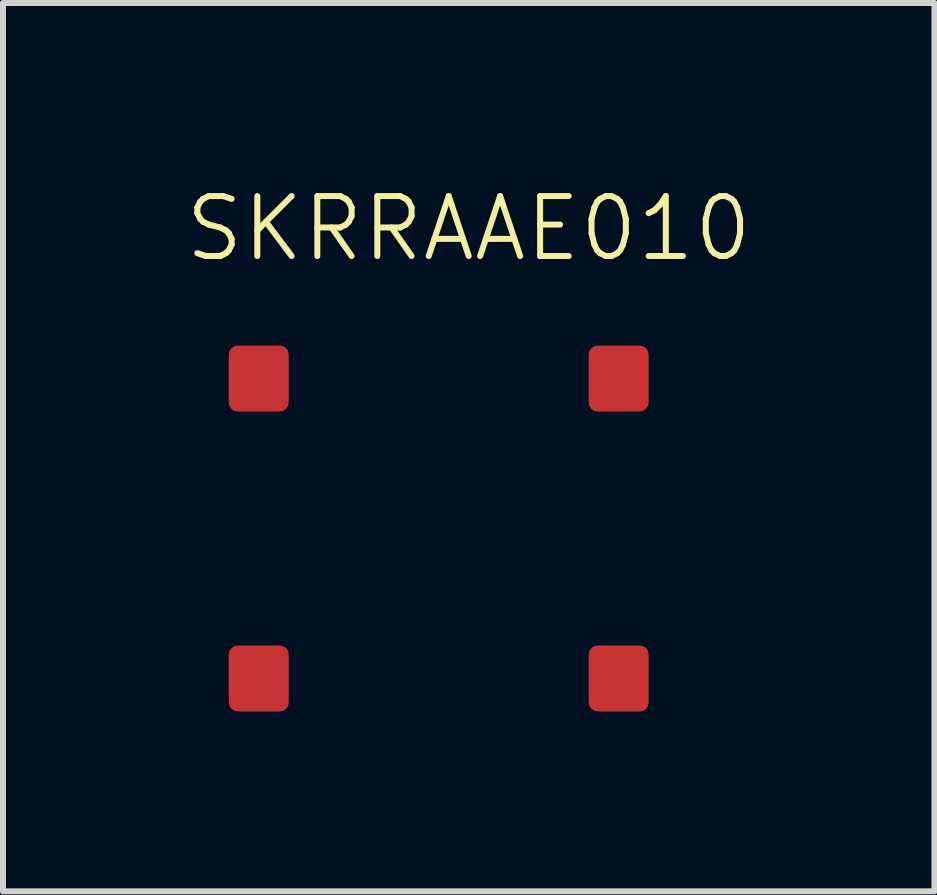
<source format=kicad_pcb>
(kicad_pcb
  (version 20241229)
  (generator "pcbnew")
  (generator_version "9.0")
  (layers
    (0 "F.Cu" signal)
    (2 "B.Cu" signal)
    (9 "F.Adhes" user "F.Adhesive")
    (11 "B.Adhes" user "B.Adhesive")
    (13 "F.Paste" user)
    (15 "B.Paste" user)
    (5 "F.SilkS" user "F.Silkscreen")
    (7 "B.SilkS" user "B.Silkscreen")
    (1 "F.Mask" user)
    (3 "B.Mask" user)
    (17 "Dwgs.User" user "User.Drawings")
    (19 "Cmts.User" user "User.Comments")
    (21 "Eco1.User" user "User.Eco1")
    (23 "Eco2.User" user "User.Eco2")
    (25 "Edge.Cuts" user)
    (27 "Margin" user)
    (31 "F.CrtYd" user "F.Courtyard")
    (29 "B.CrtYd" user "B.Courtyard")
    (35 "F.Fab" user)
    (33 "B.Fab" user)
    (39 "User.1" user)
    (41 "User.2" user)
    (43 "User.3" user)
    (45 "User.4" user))
  (footprint "SKRRAAE010"
    (layer "F.Cu")
    (at 4.264 5.761)
    (property "Reference" "SKRRAAE010" (at 0.5 -5 0) (unlocked yes) (layer "F.SilkS") (effects (font (size 1 1) (thickness 0.1))))
    (attr smd)
    (pad "1" smd roundrect (at -3 -2.5) (size 1 1.1) (layers "F.Cu" "F.Mask" "F.Paste") (roundrect_rratio 0.15))
    (pad "2" smd roundrect (at -3 2.5) (size 1 1.1) (layers "F.Cu" "F.Mask" "F.Paste") (roundrect_rratio 0.15))
    (pad "3" smd roundrect (at 3 -2.5) (size 1 1.1) (layers "F.Cu" "F.Mask" "F.Paste") (roundrect_rratio 0.15))
    (pad "4" smd roundrect (at 3 2.5) (size 1 1.1) (layers "F.Cu" "F.Mask" "F.Paste") (roundrect_rratio 0.15))
    (zone (net_name "") (layer "F.SilkS") (hatch edge 0.5) (connect_pads) (min_thickness 0.25) (filled_areas_thickness no) (keepout (tracks allowed) (vias not_allowed) (pads not_allowed) (copperpour allowed) (footprints allowed)) (placement (enabled no)) (fill) (polygon (pts (xy 0.264 4.261) (xy 0.264 7.261) (xy 2.264 7.261) (xy 2.264 4.261))))
    (zone (net_name "") (layer "F.SilkS") (hatch edge 0.5) (connect_pads) (min_thickness 0.25) (filled_areas_thickness no) (keepout (tracks allowed) (vias not_allowed) (pads not_allowed) (copperpour allowed) (footprints allowed)) (placement (enabled no)) (fill) (polygon (pts (xy 6.264 4.261) (xy 6.264 7.261) (xy 8.264 7.261) (xy 8.264 4.261)))))
  (gr_rect
    (start -3 -3)
    (end 12.529 11.81)
    (stroke (width 0.1) (type default))
    (fill no)
    (layer "Edge.Cuts")))
</source>
